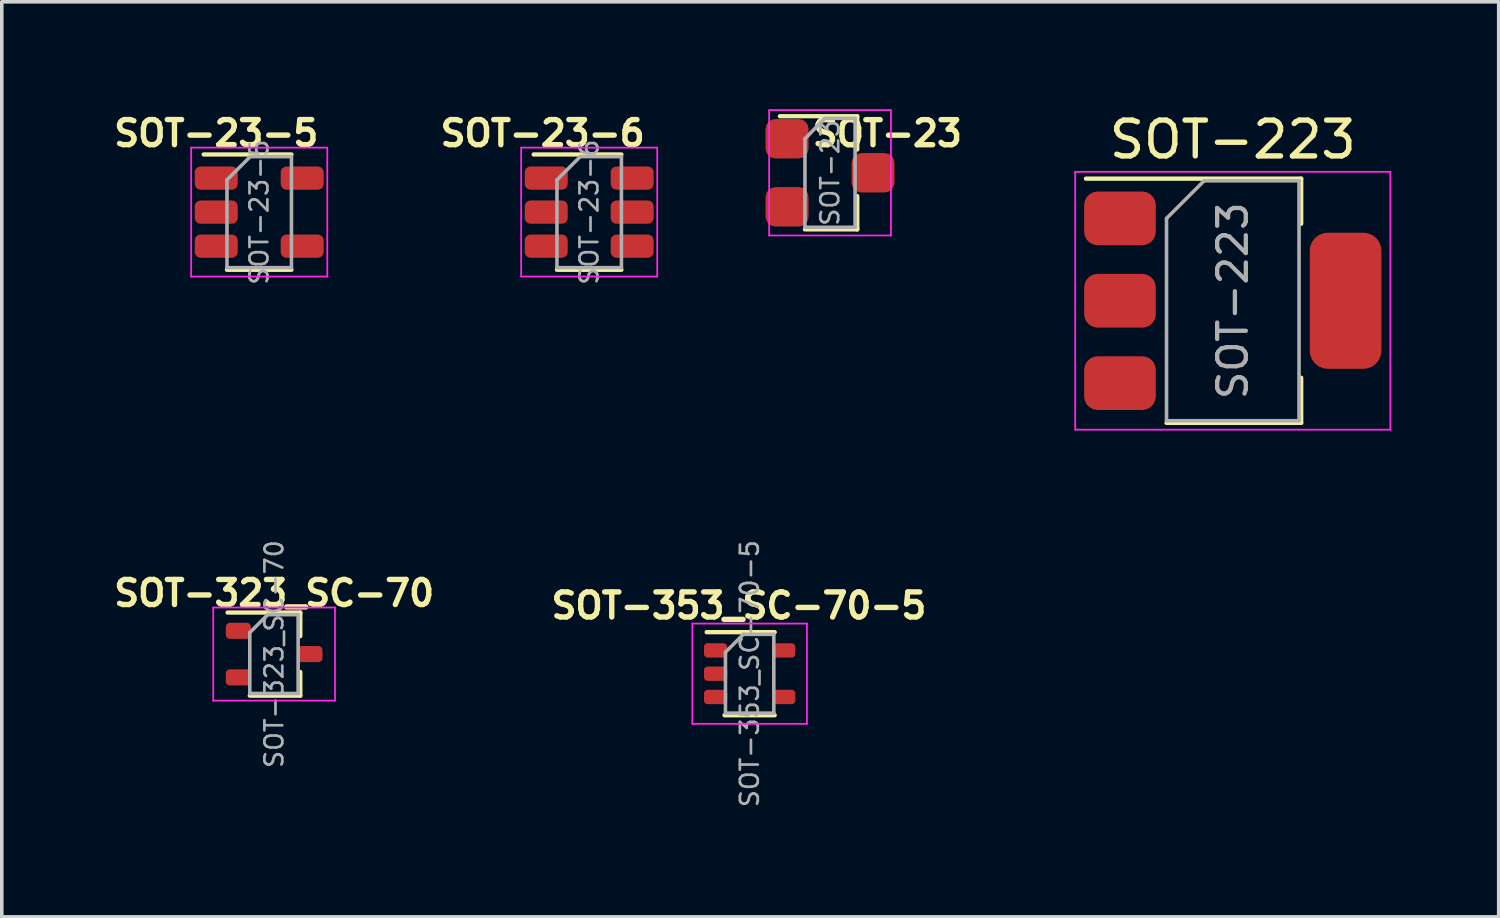
<source format=kicad_pcb>
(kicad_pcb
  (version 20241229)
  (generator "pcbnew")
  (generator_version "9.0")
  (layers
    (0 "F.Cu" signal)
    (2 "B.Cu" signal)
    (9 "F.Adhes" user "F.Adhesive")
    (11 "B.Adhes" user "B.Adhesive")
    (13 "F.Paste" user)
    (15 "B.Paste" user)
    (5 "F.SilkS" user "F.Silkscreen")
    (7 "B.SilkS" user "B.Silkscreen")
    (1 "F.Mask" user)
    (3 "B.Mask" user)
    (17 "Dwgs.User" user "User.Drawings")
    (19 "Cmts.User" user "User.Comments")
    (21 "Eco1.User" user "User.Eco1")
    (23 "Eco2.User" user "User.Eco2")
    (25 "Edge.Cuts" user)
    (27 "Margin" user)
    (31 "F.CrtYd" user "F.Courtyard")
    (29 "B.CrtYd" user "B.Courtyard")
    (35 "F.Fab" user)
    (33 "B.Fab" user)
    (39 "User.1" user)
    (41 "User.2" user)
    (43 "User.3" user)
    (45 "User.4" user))
  (footprint "SOT-323_SC-70"
    (layer "F.Cu")
    (at 4.605 15.214)
    (property "Reference" "SOT-323_SC-70" (at 0 -1.7 0) (layer "F.SilkS") (effects (font (size 0.7 0.7) (thickness 0.15))))
    (attr smd)
    (fp_line (start -0.68 1.16) (end 0.73 1.16) (stroke (width 0.12) (type solid)) (layer "F.SilkS"))
    (fp_line (start 0.73 -1.16) (end -1.3 -1.16) (stroke (width 0.12) (type solid)) (layer "F.SilkS"))
    (fp_line (start 0.73 -1.16) (end 0.73 -0.5) (stroke (width 0.12) (type solid)) (layer "F.SilkS"))
    (fp_line (start 0.73 0.5) (end 0.73 1.16) (stroke (width 0.12) (type solid)) (layer "F.SilkS"))
    (fp_line (start -1.7 -1.3) (end 1.7 -1.3) (stroke (width 0.05) (type solid)) (layer "F.CrtYd"))
    (fp_line (start -1.7 1.3) (end -1.7 -1.3) (stroke (width 0.05) (type solid)) (layer "F.CrtYd"))
    (fp_line (start 1.7 -1.3) (end 1.7 1.3) (stroke (width 0.05) (type solid)) (layer "F.CrtYd"))
    (fp_line (start 1.7 1.3) (end -1.7 1.3) (stroke (width 0.05) (type solid)) (layer "F.CrtYd"))
    (fp_line (start -0.68 -0.6) (end -0.68 1.1) (stroke (width 0.1) (type solid)) (layer "F.Fab"))
    (fp_line (start -0.18 -1.1) (end -0.68 -0.6) (stroke (width 0.1) (type solid)) (layer "F.Fab"))
    (fp_line (start 0.67 -1.1) (end -0.18 -1.1) (stroke (width 0.1) (type solid)) (layer "F.Fab"))
    (fp_line (start 0.67 -1.1) (end 0.67 1.1) (stroke (width 0.1) (type solid)) (layer "F.Fab"))
    (fp_line (start 0.67 1.1) (end -0.68 1.1) (stroke (width 0.1) (type solid)) (layer "F.Fab"))
    (fp_text user "${REFERENCE}" (at 0 0 90) (layer "F.Fab") (effects (font (size 0.5 0.5) (thickness 0.075))))
    (pad "1" smd roundrect (at -1 -0.65 270) (size 0.45 0.7) (layers "F.Cu" "F.Mask" "F.Paste") (roundrect_rratio 0.25))
    (pad "2" smd roundrect (at -1 0.65 270) (size 0.45 0.7) (layers "F.Cu" "F.Mask" "F.Paste") (roundrect_rratio 0.25))
    (pad "3" smd roundrect (at 1 0 270) (size 0.45 0.7) (layers "F.Cu" "F.Mask" "F.Paste") (roundrect_rratio 0.25)))
  (footprint "SOT-23"
    (layer "F.Cu")
    (at 20.127 1.775)
    (property "Reference" "SOT-23" (at 1.6 -1.1 0) (layer "F.SilkS") (effects (font (size 0.7 0.7) (thickness 0.15))))
    (attr smd)
    (fp_line (start 0.76 -1.58) (end -1.4 -1.58) (stroke (width 0.12) (type solid)) (layer "F.SilkS"))
    (fp_line (start 0.76 -1.58) (end 0.76 -0.65) (stroke (width 0.12) (type solid)) (layer "F.SilkS"))
    (fp_line (start 0.76 1.58) (end -0.7 1.58) (stroke (width 0.12) (type solid)) (layer "F.SilkS"))
    (fp_line (start 0.76 1.58) (end 0.76 0.65) (stroke (width 0.12) (type solid)) (layer "F.SilkS"))
    (fp_line (start -1.7 -1.75) (end 1.7 -1.75) (stroke (width 0.05) (type solid)) (layer "F.CrtYd"))
    (fp_line (start -1.7 1.75) (end -1.7 -1.75) (stroke (width 0.05) (type solid)) (layer "F.CrtYd"))
    (fp_line (start 1.7 -1.75) (end 1.7 1.75) (stroke (width 0.05) (type solid)) (layer "F.CrtYd"))
    (fp_line (start 1.7 1.75) (end -1.7 1.75) (stroke (width 0.05) (type solid)) (layer "F.CrtYd"))
    (fp_line (start -0.7 -0.95) (end -0.7 1.5) (stroke (width 0.1) (type solid)) (layer "F.Fab"))
    (fp_line (start -0.7 -0.95) (end -0.15 -1.52) (stroke (width 0.1) (type solid)) (layer "F.Fab"))
    (fp_line (start -0.7 1.52) (end 0.7 1.52) (stroke (width 0.1) (type solid)) (layer "F.Fab"))
    (fp_line (start -0.15 -1.52) (end 0.7 -1.52) (stroke (width 0.1) (type solid)) (layer "F.Fab"))
    (fp_line (start 0.7 -1.52) (end 0.7 1.52) (stroke (width 0.1) (type solid)) (layer "F.Fab"))
    (fp_text user "${REFERENCE}" (at 0 0 90) (layer "F.Fab") (effects (font (size 0.5 0.5) (thickness 0.075))))
    (pad "1" smd roundrect (at -1.2 -0.95) (size 1.2 1.1) (layers "F.Cu" "F.Mask" "F.Paste") (roundrect_rratio 0.25))
    (pad "2" smd roundrect (at -1.2 0.95) (size 1.2 1.1) (layers "F.Cu" "F.Mask" "F.Paste") (roundrect_rratio 0.25))
    (pad "3" smd roundrect (at 1.2 0) (size 1.2 1.1) (layers "F.Cu" "F.Mask" "F.Paste") (roundrect_rratio 0.25)))
  (footprint "SOT-353_SC-70-5"
    (layer "F.Cu")
    (at 17.882 15.762)
    (property "Reference" "SOT-353_SC-70-5" (at -0.3 -1.9 0) (layer "F.SilkS") (effects (font (size 0.7 0.7) (thickness 0.15))))
    (attr smd)
    (fp_line (start -0.7 1.16) (end 0.7 1.16) (stroke (width 0.12) (type solid)) (layer "F.SilkS"))
    (fp_line (start 0.7 -1.16) (end -1.2 -1.16) (stroke (width 0.12) (type solid)) (layer "F.SilkS"))
    (fp_line (start -1.6 -1.4) (end -1.6 1.4) (stroke (width 0.05) (type solid)) (layer "F.CrtYd"))
    (fp_line (start -1.6 -1.4) (end 1.6 -1.4) (stroke (width 0.05) (type solid)) (layer "F.CrtYd"))
    (fp_line (start -1.6 1.4) (end 1.6 1.4) (stroke (width 0.05) (type solid)) (layer "F.CrtYd"))
    (fp_line (start 1.6 1.4) (end 1.6 -1.4) (stroke (width 0.05) (type solid)) (layer "F.CrtYd"))
    (fp_line (start -0.675 -0.6) (end -0.675 1.1) (stroke (width 0.1) (type solid)) (layer "F.Fab"))
    (fp_line (start -0.175 -1.1) (end -0.675 -0.6) (stroke (width 0.1) (type solid)) (layer "F.Fab"))
    (fp_line (start 0.675 -1.1) (end -0.175 -1.1) (stroke (width 0.1) (type solid)) (layer "F.Fab"))
    (fp_line (start 0.675 -1.1) (end 0.675 1.1) (stroke (width 0.1) (type solid)) (layer "F.Fab"))
    (fp_line (start 0.675 1.1) (end -0.675 1.1) (stroke (width 0.1) (type solid)) (layer "F.Fab"))
    (fp_text user "${REFERENCE}" (at 0 0 90) (layer "F.Fab") (effects (font (size 0.5 0.5) (thickness 0.075))))
    (pad "1" smd roundrect (at -0.95 -0.65) (size 0.65 0.4) (layers "F.Cu" "F.Mask" "F.Paste") (roundrect_rratio 0.25))
    (pad "2" smd roundrect (at -0.95 0) (size 0.65 0.4) (layers "F.Cu" "F.Mask" "F.Paste") (roundrect_rratio 0.25))
    (pad "3" smd roundrect (at -0.95 0.65) (size 0.65 0.4) (layers "F.Cu" "F.Mask" "F.Paste") (roundrect_rratio 0.25))
    (pad "4" smd roundrect (at 0.95 0.65) (size 0.65 0.4) (layers "F.Cu" "F.Mask" "F.Paste") (roundrect_rratio 0.25))
    (pad "5" smd roundrect (at 0.95 -0.65) (size 0.65 0.4) (layers "F.Cu" "F.Mask" "F.Paste") (roundrect_rratio 0.25)))
  (footprint "SOT-23-5"
    (layer "F.Cu")
    (at 4.188 2.873)
    (property "Reference" "SOT-23-5" (at -1.2 -2.2 0) (layer "F.SilkS") (effects (font (size 0.7 0.7) (thickness 0.15))))
    (attr smd)
    (fp_line (start -0.9 1.61) (end 0.9 1.61) (stroke (width 0.12) (type solid)) (layer "F.SilkS"))
    (fp_line (start 0.9 -1.61) (end -1.55 -1.61) (stroke (width 0.12) (type solid)) (layer "F.SilkS"))
    (fp_line (start -1.9 -1.8) (end 1.9 -1.8) (stroke (width 0.05) (type solid)) (layer "F.CrtYd"))
    (fp_line (start -1.9 1.8) (end -1.9 -1.8) (stroke (width 0.05) (type solid)) (layer "F.CrtYd"))
    (fp_line (start 1.9 -1.8) (end 1.9 1.8) (stroke (width 0.05) (type solid)) (layer "F.CrtYd"))
    (fp_line (start 1.9 1.8) (end -1.9 1.8) (stroke (width 0.05) (type solid)) (layer "F.CrtYd"))
    (fp_line (start -0.9 -0.9) (end -0.9 1.55) (stroke (width 0.1) (type solid)) (layer "F.Fab"))
    (fp_line (start -0.9 -0.9) (end -0.25 -1.55) (stroke (width 0.1) (type solid)) (layer "F.Fab"))
    (fp_line (start 0.9 -1.55) (end -0.25 -1.55) (stroke (width 0.1) (type solid)) (layer "F.Fab"))
    (fp_line (start 0.9 -1.55) (end 0.9 1.55) (stroke (width 0.1) (type solid)) (layer "F.Fab"))
    (fp_line (start 0.9 1.55) (end -0.9 1.55) (stroke (width 0.1) (type solid)) (layer "F.Fab"))
    (fp_text user "${REFERENCE}" (at 0 0 90) (layer "F.Fab") (effects (font (size 0.5 0.5) (thickness 0.075))))
    (pad "1" smd roundrect (at -1.2 -0.95) (size 1.2 0.65) (layers "F.Cu" "F.Mask" "F.Paste") (roundrect_rratio 0.25))
    (pad "2" smd roundrect (at -1.2 0) (size 1.2 0.65) (layers "F.Cu" "F.Mask" "F.Paste") (roundrect_rratio 0.25))
    (pad "3" smd roundrect (at -1.2 0.95) (size 1.2 0.65) (layers "F.Cu" "F.Mask" "F.Paste") (roundrect_rratio 0.25))
    (pad "4" smd roundrect (at 1.2 0.95) (size 1.2 0.65) (layers "F.Cu" "F.Mask" "F.Paste") (roundrect_rratio 0.25))
    (pad "5" smd roundrect (at 1.2 -0.95) (size 1.2 0.65) (layers "F.Cu" "F.Mask" "F.Paste") (roundrect_rratio 0.25)))
  (footprint "SOT-23-6"
    (layer "F.Cu")
    (at 13.402 2.873)
    (property "Reference" "SOT-23-6" (at -1.3 -2.2 0) (layer "F.SilkS") (effects (font (size 0.7 0.7) (thickness 0.15))))
    (attr smd)
    (fp_line (start -0.9 1.61) (end 0.9 1.61) (stroke (width 0.12) (type solid)) (layer "F.SilkS"))
    (fp_line (start 0.9 -1.61) (end -1.55 -1.61) (stroke (width 0.12) (type solid)) (layer "F.SilkS"))
    (fp_line (start -1.9 -1.8) (end -1.9 1.8) (stroke (width 0.05) (type solid)) (layer "F.CrtYd"))
    (fp_line (start -1.9 1.8) (end 1.9 1.8) (stroke (width 0.05) (type solid)) (layer "F.CrtYd"))
    (fp_line (start 1.9 -1.8) (end -1.9 -1.8) (stroke (width 0.05) (type solid)) (layer "F.CrtYd"))
    (fp_line (start 1.9 1.8) (end 1.9 -1.8) (stroke (width 0.05) (type solid)) (layer "F.CrtYd"))
    (fp_line (start -0.9 -0.9) (end -0.9 1.55) (stroke (width 0.1) (type solid)) (layer "F.Fab"))
    (fp_line (start -0.9 -0.9) (end -0.25 -1.55) (stroke (width 0.1) (type solid)) (layer "F.Fab"))
    (fp_line (start 0.9 -1.55) (end -0.25 -1.55) (stroke (width 0.1) (type solid)) (layer "F.Fab"))
    (fp_line (start 0.9 -1.55) (end 0.9 1.55) (stroke (width 0.1) (type solid)) (layer "F.Fab"))
    (fp_line (start 0.9 1.55) (end -0.9 1.55) (stroke (width 0.1) (type solid)) (layer "F.Fab"))
    (fp_text user "${REFERENCE}" (at 0 0 90) (layer "F.Fab") (effects (font (size 0.5 0.5) (thickness 0.075))))
    (pad "1" smd roundrect (at -1.2 -0.95) (size 1.2 0.65) (layers "F.Cu" "F.Mask" "F.Paste") (roundrect_rratio 0.25))
    (pad "2" smd roundrect (at -1.2 0) (size 1.2 0.65) (layers "F.Cu" "F.Mask" "F.Paste") (roundrect_rratio 0.25))
    (pad "3" smd roundrect (at -1.2 0.95) (size 1.2 0.65) (layers "F.Cu" "F.Mask" "F.Paste") (roundrect_rratio 0.25))
    (pad "4" smd roundrect (at 1.2 0.95) (size 1.2 0.65) (layers "F.Cu" "F.Mask" "F.Paste") (roundrect_rratio 0.25))
    (pad "5" smd roundrect (at 1.2 0) (size 1.2 0.65) (layers "F.Cu" "F.Mask" "F.Paste") (roundrect_rratio 0.25))
    (pad "6" smd roundrect (at 1.2 -0.95) (size 1.2 0.65) (layers "F.Cu" "F.Mask" "F.Paste") (roundrect_rratio 0.25)))
  (footprint "SOT-223"
    (layer "F.Cu")
    (at 31.373 5.348)
    (property "Reference" "SOT-223" (at 0 -4.5 0) (layer "F.SilkS") (effects (font (size 1 1) (thickness 0.15))))
    (attr smd)
    (fp_line (start -4.1 -3.41) (end 1.91 -3.41) (stroke (width 0.12) (type solid)) (layer "F.SilkS"))
    (fp_line (start -1.85 3.41) (end 1.91 3.41) (stroke (width 0.12) (type solid)) (layer "F.SilkS"))
    (fp_line (start 1.91 -3.41) (end 1.91 -2.15) (stroke (width 0.12) (type solid)) (layer "F.SilkS"))
    (fp_line (start 1.91 3.41) (end 1.91 2.15) (stroke (width 0.12) (type solid)) (layer "F.SilkS"))
    (fp_line (start -4.4 -3.6) (end -4.4 3.6) (stroke (width 0.05) (type solid)) (layer "F.CrtYd"))
    (fp_line (start -4.4 3.6) (end 4.4 3.6) (stroke (width 0.05) (type solid)) (layer "F.CrtYd"))
    (fp_line (start 4.4 -3.6) (end -4.4 -3.6) (stroke (width 0.05) (type solid)) (layer "F.CrtYd"))
    (fp_line (start 4.4 3.6) (end 4.4 -3.6) (stroke (width 0.05) (type solid)) (layer "F.CrtYd"))
    (fp_line (start -1.85 -2.3) (end -1.85 3.35) (stroke (width 0.1) (type solid)) (layer "F.Fab"))
    (fp_line (start -1.85 -2.3) (end -0.8 -3.35) (stroke (width 0.1) (type solid)) (layer "F.Fab"))
    (fp_line (start -1.85 3.35) (end 1.85 3.35) (stroke (width 0.1) (type solid)) (layer "F.Fab"))
    (fp_line (start -0.8 -3.35) (end 1.85 -3.35) (stroke (width 0.1) (type solid)) (layer "F.Fab"))
    (fp_line (start 1.85 -3.35) (end 1.85 3.35) (stroke (width 0.1) (type solid)) (layer "F.Fab"))
    (fp_text user "${REFERENCE}" (at 0 0 90) (layer "F.Fab") (effects (font (size 0.8 0.8) (thickness 0.12))))
    (pad "1" smd roundrect (at -3.15 -2.3) (size 2 1.5) (layers "F.Cu" "F.Mask" "F.Paste") (roundrect_rratio 0.25))
    (pad "2" smd roundrect (at -3.15 0) (size 2 1.5) (layers "F.Cu" "F.Mask" "F.Paste") (roundrect_rratio 0.25))
    (pad "3" smd roundrect (at -3.15 2.3) (size 2 1.5) (layers "F.Cu" "F.Mask" "F.Paste") (roundrect_rratio 0.25))
    (pad "4" smd roundrect (at 3.15 0) (size 2 3.8) (layers "F.Cu" "F.Mask" "F.Paste") (roundrect_rratio 0.25)))
  (gr_rect
    (start -3 -3)
    (end 38.798 22.551)
    (stroke (width 0.1) (type default))
    (fill no)
    (layer "Edge.Cuts")))
</source>
